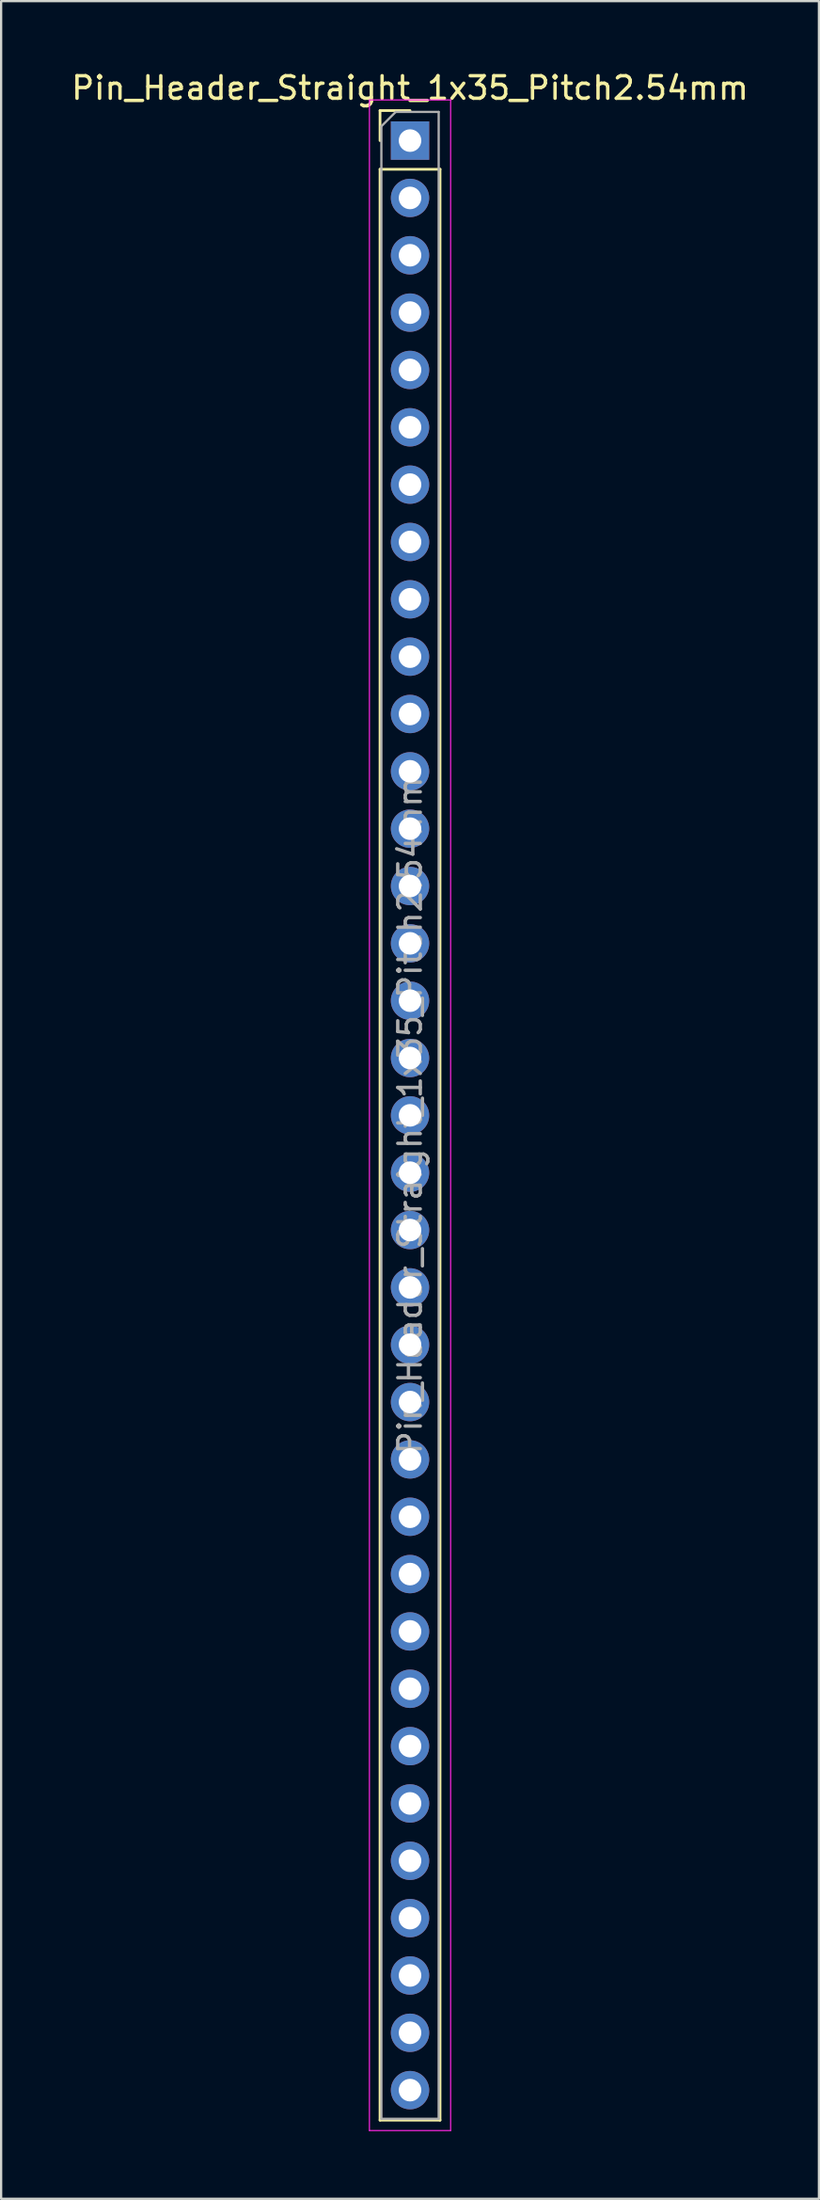
<source format=kicad_pcb>
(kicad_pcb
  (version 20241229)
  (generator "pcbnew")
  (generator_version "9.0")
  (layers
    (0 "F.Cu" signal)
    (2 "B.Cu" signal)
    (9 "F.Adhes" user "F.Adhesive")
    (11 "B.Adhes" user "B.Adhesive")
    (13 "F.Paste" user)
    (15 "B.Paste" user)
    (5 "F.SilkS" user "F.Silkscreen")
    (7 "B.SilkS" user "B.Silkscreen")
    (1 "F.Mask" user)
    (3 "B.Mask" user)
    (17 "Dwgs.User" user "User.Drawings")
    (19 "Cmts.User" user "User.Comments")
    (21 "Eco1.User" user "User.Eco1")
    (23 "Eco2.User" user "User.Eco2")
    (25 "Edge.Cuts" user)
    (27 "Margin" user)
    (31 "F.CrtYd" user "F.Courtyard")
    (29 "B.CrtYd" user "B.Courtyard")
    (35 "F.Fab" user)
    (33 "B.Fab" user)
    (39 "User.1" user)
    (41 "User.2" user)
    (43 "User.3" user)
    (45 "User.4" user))
  (footprint "Pin_Header_Straight_1x35_Pitch2.54mm"
    (layer "F.Cu")
    (at 15.125 3.178)
    (property "Reference" "Pin_Header_Straight_1x35_Pitch2.54mm" (at 0 -2.33 0) (layer "F.SilkS") (effects (font (size 1 1) (thickness 0.15))))
    (attr through_hole)
    (fp_line (start -1.33 -1.33) (end 0 -1.33) (stroke (width 0.12) (type solid)) (layer "F.SilkS"))
    (fp_line (start -1.33 0) (end -1.33 -1.33) (stroke (width 0.12) (type solid)) (layer "F.SilkS"))
    (fp_line (start -1.33 1.27) (end -1.33 87.69) (stroke (width 0.12) (type solid)) (layer "F.SilkS"))
    (fp_line (start -1.33 1.27) (end 1.33 1.27) (stroke (width 0.12) (type solid)) (layer "F.SilkS"))
    (fp_line (start -1.33 87.69) (end 1.33 87.69) (stroke (width 0.12) (type solid)) (layer "F.SilkS"))
    (fp_line (start 1.33 1.27) (end 1.33 87.69) (stroke (width 0.12) (type solid)) (layer "F.SilkS"))
    (fp_line (start -1.8 -1.8) (end -1.8 88.15) (stroke (width 0.05) (type solid)) (layer "F.CrtYd"))
    (fp_line (start -1.8 88.15) (end 1.8 88.15) (stroke (width 0.05) (type solid)) (layer "F.CrtYd"))
    (fp_line (start 1.8 -1.8) (end -1.8 -1.8) (stroke (width 0.05) (type solid)) (layer "F.CrtYd"))
    (fp_line (start 1.8 88.15) (end 1.8 -1.8) (stroke (width 0.05) (type solid)) (layer "F.CrtYd"))
    (fp_line (start -1.27 -0.635) (end -0.635 -1.27) (stroke (width 0.1) (type solid)) (layer "F.Fab"))
    (fp_line (start -1.27 87.63) (end -1.27 -0.635) (stroke (width 0.1) (type solid)) (layer "F.Fab"))
    (fp_line (start -0.635 -1.27) (end 1.27 -1.27) (stroke (width 0.1) (type solid)) (layer "F.Fab"))
    (fp_line (start 1.27 -1.27) (end 1.27 87.63) (stroke (width 0.1) (type solid)) (layer "F.Fab"))
    (fp_line (start 1.27 87.63) (end -1.27 87.63) (stroke (width 0.1) (type solid)) (layer "F.Fab"))
    (fp_text user "${REFERENCE}" (at 0 43.18 90) (layer "F.Fab") (effects (font (size 1 1) (thickness 0.15))))
    (pad "1" thru_hole rect (at 0 0) (size 1.7 1.7) (drill 1) (layers "*.Cu" "*.Mask"))
    (pad "2" thru_hole oval (at 0 2.54) (size 1.7 1.7) (drill 1) (layers "*.Cu" "*.Mask"))
    (pad "3" thru_hole oval (at 0 5.08) (size 1.7 1.7) (drill 1) (layers "*.Cu" "*.Mask"))
    (pad "4" thru_hole oval (at 0 7.62) (size 1.7 1.7) (drill 1) (layers "*.Cu" "*.Mask"))
    (pad "5" thru_hole oval (at 0 10.16) (size 1.7 1.7) (drill 1) (layers "*.Cu" "*.Mask"))
    (pad "6" thru_hole oval (at 0 12.7) (size 1.7 1.7) (drill 1) (layers "*.Cu" "*.Mask"))
    (pad "7" thru_hole oval (at 0 15.24) (size 1.7 1.7) (drill 1) (layers "*.Cu" "*.Mask"))
    (pad "8" thru_hole oval (at 0 17.78) (size 1.7 1.7) (drill 1) (layers "*.Cu" "*.Mask"))
    (pad "9" thru_hole oval (at 0 20.32) (size 1.7 1.7) (drill 1) (layers "*.Cu" "*.Mask"))
    (pad "10" thru_hole oval (at 0 22.86) (size 1.7 1.7) (drill 1) (layers "*.Cu" "*.Mask"))
    (pad "11" thru_hole oval (at 0 25.4) (size 1.7 1.7) (drill 1) (layers "*.Cu" "*.Mask"))
    (pad "12" thru_hole oval (at 0 27.94) (size 1.7 1.7) (drill 1) (layers "*.Cu" "*.Mask"))
    (pad "13" thru_hole oval (at 0 30.48) (size 1.7 1.7) (drill 1) (layers "*.Cu" "*.Mask"))
    (pad "14" thru_hole oval (at 0 33.02) (size 1.7 1.7) (drill 1) (layers "*.Cu" "*.Mask"))
    (pad "15" thru_hole oval (at 0 35.56) (size 1.7 1.7) (drill 1) (layers "*.Cu" "*.Mask"))
    (pad "16" thru_hole oval (at 0 38.1) (size 1.7 1.7) (drill 1) (layers "*.Cu" "*.Mask"))
    (pad "17" thru_hole oval (at 0 40.64) (size 1.7 1.7) (drill 1) (layers "*.Cu" "*.Mask"))
    (pad "18" thru_hole oval (at 0 43.18) (size 1.7 1.7) (drill 1) (layers "*.Cu" "*.Mask"))
    (pad "19" thru_hole oval (at 0 45.72) (size 1.7 1.7) (drill 1) (layers "*.Cu" "*.Mask"))
    (pad "20" thru_hole oval (at 0 48.26) (size 1.7 1.7) (drill 1) (layers "*.Cu" "*.Mask"))
    (pad "21" thru_hole oval (at 0 50.8) (size 1.7 1.7) (drill 1) (layers "*.Cu" "*.Mask"))
    (pad "22" thru_hole oval (at 0 53.34) (size 1.7 1.7) (drill 1) (layers "*.Cu" "*.Mask"))
    (pad "23" thru_hole oval (at 0 55.88) (size 1.7 1.7) (drill 1) (layers "*.Cu" "*.Mask"))
    (pad "24" thru_hole oval (at 0 58.42) (size 1.7 1.7) (drill 1) (layers "*.Cu" "*.Mask"))
    (pad "25" thru_hole oval (at 0 60.96) (size 1.7 1.7) (drill 1) (layers "*.Cu" "*.Mask"))
    (pad "26" thru_hole oval (at 0 63.5) (size 1.7 1.7) (drill 1) (layers "*.Cu" "*.Mask"))
    (pad "27" thru_hole oval (at 0 66.04) (size 1.7 1.7) (drill 1) (layers "*.Cu" "*.Mask"))
    (pad "28" thru_hole oval (at 0 68.58) (size 1.7 1.7) (drill 1) (layers "*.Cu" "*.Mask"))
    (pad "29" thru_hole oval (at 0 71.12) (size 1.7 1.7) (drill 1) (layers "*.Cu" "*.Mask"))
    (pad "30" thru_hole oval (at 0 73.66) (size 1.7 1.7) (drill 1) (layers "*.Cu" "*.Mask"))
    (pad "31" thru_hole oval (at 0 76.2) (size 1.7 1.7) (drill 1) (layers "*.Cu" "*.Mask"))
    (pad "32" thru_hole oval (at 0 78.74) (size 1.7 1.7) (drill 1) (layers "*.Cu" "*.Mask"))
    (pad "33" thru_hole oval (at 0 81.28) (size 1.7 1.7) (drill 1) (layers "*.Cu" "*.Mask"))
    (pad "34" thru_hole oval (at 0 83.82) (size 1.7 1.7) (drill 1) (layers "*.Cu" "*.Mask"))
    (pad "35" thru_hole oval (at 0 86.36) (size 1.7 1.7) (drill 1) (layers "*.Cu" "*.Mask")))
  (gr_rect
    (start -3 -3)
    (end 33.25 94.353)
    (stroke (width 0.1) (type default))
    (fill no)
    (layer "Edge.Cuts")))
</source>
